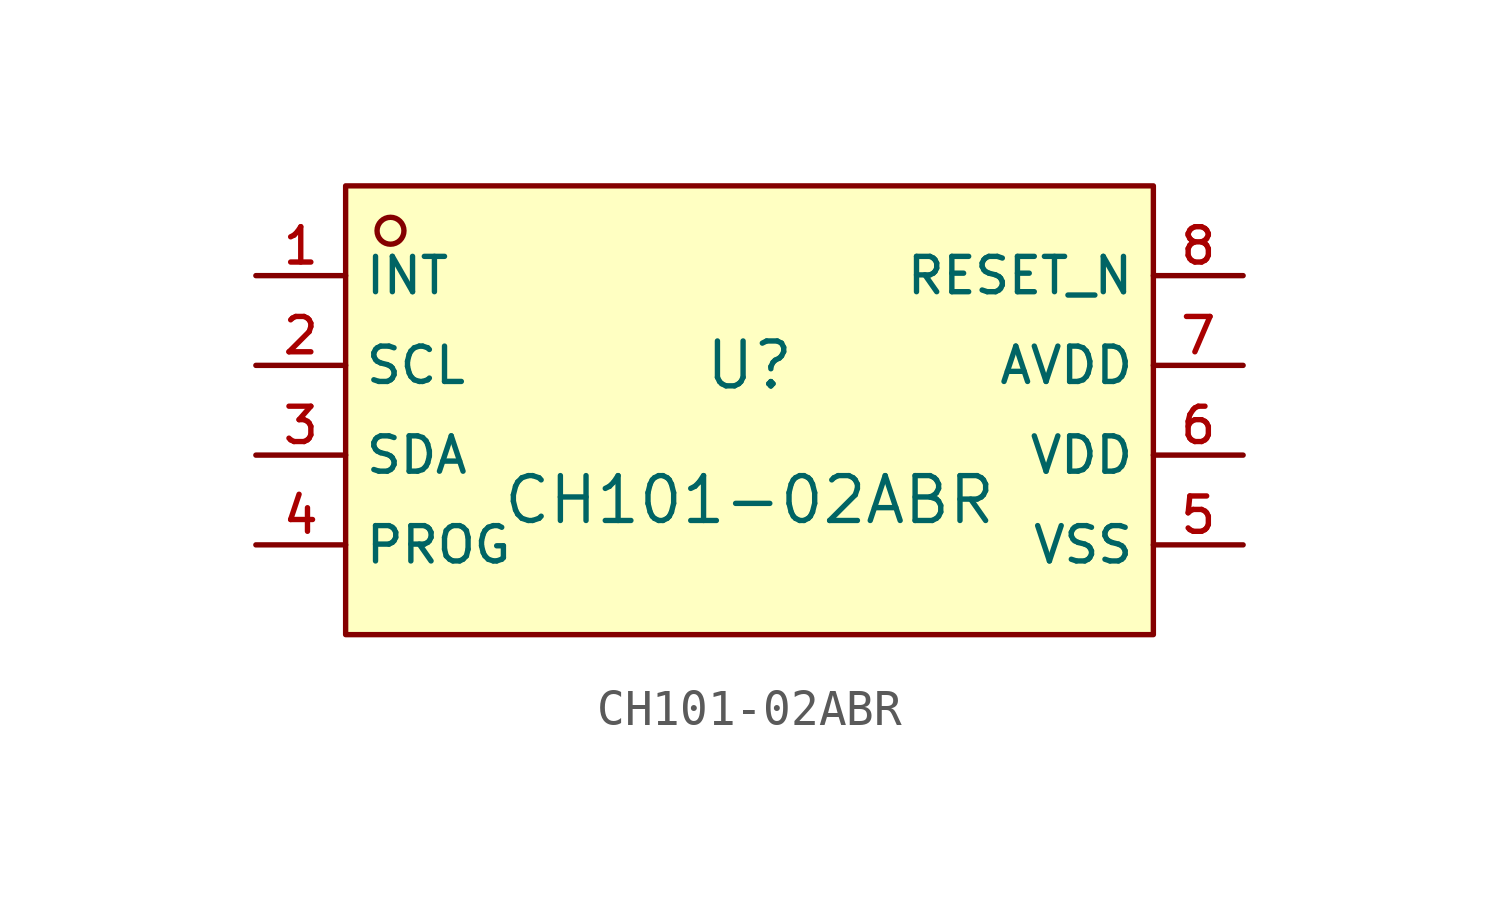
<source format=kicad_sym>
(kicad_symbol_lib
  (version 20210201)
  (generator TousstNicolas/JLC2KiCad_lib)
  (symbol "CH101-02ABR"
    (property "Reference" "U"
      (at 0 1.27 0)
      (effects (font (size 1.27 1.27))))
    (property "Value" "CH101-02ABR"
      (at 0 -2.54 0)
      (effects (font (size 1.27 1.27))))
    (symbol "CH101-02ABR_0_1"
      (rectangle (start -11.43 6.35) (end 11.43 -6.35) (stroke (width 0) (type default) (color 0 0 0 0)) (fill (type background)))
      (circle (center -10.16 5.08) (radius 0.381) (stroke (width 0) (type default) (color 0 0 0 0)) (fill (type background)))
      (pin unspecified line (at -13.97 3.81 0) (length 2.54) (name "INT" (effects (font (size 1 1)))) (number "1" (effects (font (size 1 1)))))
      (pin unspecified line (at -13.97 1.27 0) (length 2.54) (name "SCL" (effects (font (size 1 1)))) (number "2" (effects (font (size 1 1)))))
      (pin unspecified line (at -13.97 -1.27 0) (length 2.54) (name "SDA" (effects (font (size 1 1)))) (number "3" (effects (font (size 1 1)))))
      (pin unspecified line (at -13.97 -3.81 0) (length 2.54) (name "PROG" (effects (font (size 1 1)))) (number "4" (effects (font (size 1 1)))))
      (pin unspecified line (at 13.97 -3.81 180) (length 2.54) (name "VSS" (effects (font (size 1 1)))) (number "5" (effects (font (size 1 1)))))
      (pin unspecified line (at 13.97 -1.27 180) (length 2.54) (name "VDD" (effects (font (size 1 1)))) (number "6" (effects (font (size 1 1)))))
      (pin unspecified line (at 13.97 1.27 180) (length 2.54) (name "AVDD" (effects (font (size 1 1)))) (number "7" (effects (font (size 1 1)))))
      (pin unspecified line (at 13.97 3.81 180) (length 2.54) (name "RESET_N" (effects (font (size 1 1)))) (number "8" (effects (font (size 1 1))))))))
</source>
